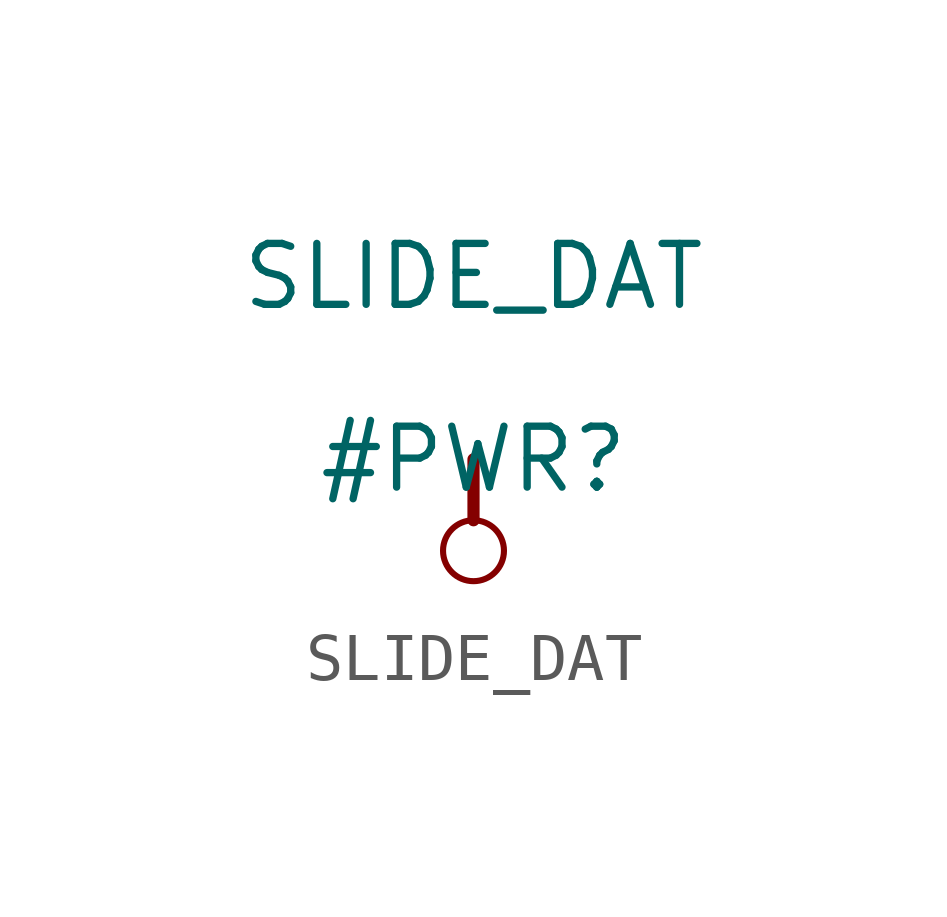
<source format=kicad_sym>
(kicad_symbol_lib
  (version 20211014)
  (generator kicad_symbol_editor)
  (symbol "SLIDE_DAT"
    (power)
    (property "Reference" "#PWR"
      (at 0 0 0)
      (effects (font (size 1.27 1.27))))
    (property "Value" "SLIDE_DAT"
      (at 0 3.81 0)
      (effects (font (size 1.27 1.27))))
    (symbol "SLIDE_DAT_0_0"
      (circle (center 0 -1.905) (radius 0.635) (stroke (width 0.127) (type default) (color 0 0 0 0)) (fill (type none)))
      (polyline (pts (xy 0 0) (xy 0 -1.27)) (stroke (width 0.254) (type default) (color 0 0 0 0)) (fill (type none)))
      (pin power_in line (at 0 0 0) (length 0) hide (name "SLIDE_DAT" (effects (font (size 1.27 1.27)))) (number "" (effects (font (size 1.27 1.27))))))))
</source>
